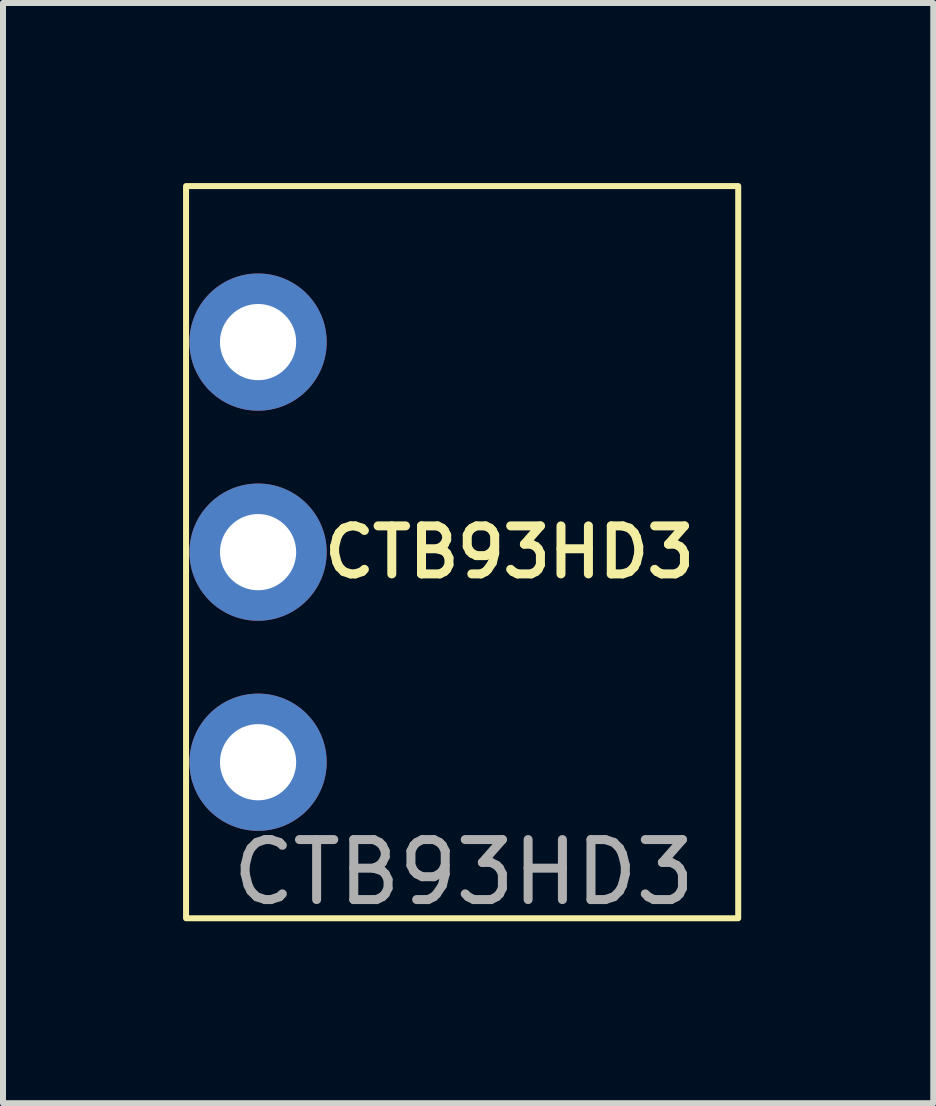
<source format=kicad_pcb>
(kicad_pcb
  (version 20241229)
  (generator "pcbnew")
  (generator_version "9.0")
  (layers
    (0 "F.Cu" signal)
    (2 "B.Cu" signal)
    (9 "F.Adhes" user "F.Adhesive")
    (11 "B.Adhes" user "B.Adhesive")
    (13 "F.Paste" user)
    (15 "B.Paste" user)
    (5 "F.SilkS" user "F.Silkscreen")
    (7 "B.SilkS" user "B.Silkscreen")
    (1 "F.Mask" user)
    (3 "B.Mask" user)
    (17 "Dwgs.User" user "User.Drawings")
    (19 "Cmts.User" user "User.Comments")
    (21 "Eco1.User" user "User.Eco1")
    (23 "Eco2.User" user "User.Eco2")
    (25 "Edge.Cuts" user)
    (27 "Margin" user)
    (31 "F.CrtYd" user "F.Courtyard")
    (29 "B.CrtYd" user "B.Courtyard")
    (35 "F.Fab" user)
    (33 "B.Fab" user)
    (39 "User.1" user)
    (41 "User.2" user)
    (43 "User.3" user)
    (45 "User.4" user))
  (footprint "CTB93HD3"
    (layer "F.Cu")
    (at 9.25 6.15)
    (property "Reference" "CTB93HD3" (at -3.81 0 0) (unlocked yes) (layer "F.SilkS") (effects (font (size 0.8 0.8) (thickness 0.15))))
    (attr through_hole)
    (fp_rect (start -9.2 -6.1) (end 0 6.1) (stroke (width 0.1) (type default)) (fill no) (layer "F.SilkS"))
    (fp_text user "${REFERENCE}" (at -4.572 5.334 0) (unlocked yes) (layer "F.Fab") (effects (font (size 1 1) (thickness 0.15))))
    (pad "1" thru_hole circle (at -8 -3.5) (size 2.286 2.286) (drill 1.27) (layers "*.Cu" "*.Mask"))
    (pad "2" thru_hole circle (at -8 0) (size 2.286 2.286) (drill 1.27) (layers "*.Cu" "*.Mask"))
    (pad "3" thru_hole circle (at -8 3.5) (size 2.286 2.286) (drill 1.27) (layers "*.Cu" "*.Mask")))
  (gr_rect
    (start -3 -3)
    (end 12.5 15.332)
    (stroke (width 0.1) (type default))
    (fill no)
    (layer "Edge.Cuts")))
</source>
